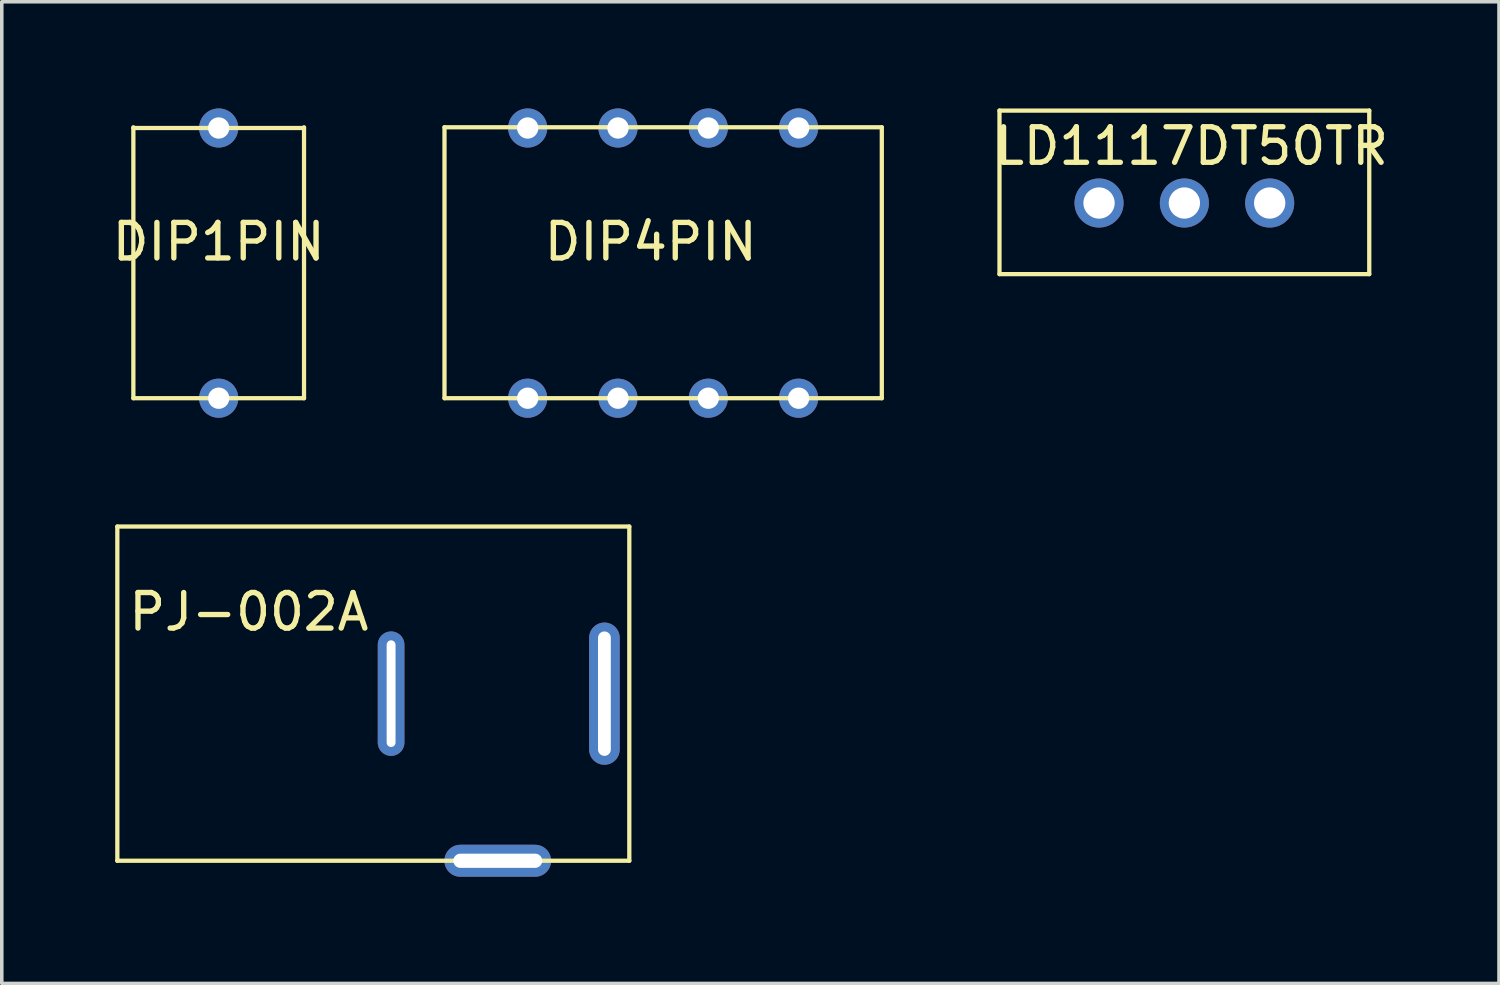
<source format=kicad_pcb>
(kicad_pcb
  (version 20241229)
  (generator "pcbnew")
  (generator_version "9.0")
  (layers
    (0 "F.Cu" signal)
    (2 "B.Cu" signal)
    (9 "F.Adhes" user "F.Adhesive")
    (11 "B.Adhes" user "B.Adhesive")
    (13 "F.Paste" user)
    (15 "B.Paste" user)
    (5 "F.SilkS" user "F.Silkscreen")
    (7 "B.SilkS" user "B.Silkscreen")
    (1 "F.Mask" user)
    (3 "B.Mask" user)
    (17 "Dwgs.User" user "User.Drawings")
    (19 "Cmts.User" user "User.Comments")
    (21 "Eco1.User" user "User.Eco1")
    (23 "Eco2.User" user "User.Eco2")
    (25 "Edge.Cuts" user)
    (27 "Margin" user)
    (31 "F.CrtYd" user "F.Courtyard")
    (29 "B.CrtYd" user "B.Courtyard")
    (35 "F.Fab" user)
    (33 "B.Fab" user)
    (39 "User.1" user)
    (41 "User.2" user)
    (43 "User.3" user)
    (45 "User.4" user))
  (footprint "LD1117DT50TR"
    (layer "F.Cu")
    (at 25.062 4.66)
    (property "Reference" "LD1117DT50TR" (at 5.4 -3.6 0) (layer "F.SilkS") (effects (font (size 1 1) (thickness 0.15))))
    (attr through_hole)
    (fp_line (start 0 -4.6) (end 0 0) (stroke (width 0.12) (type solid)) (layer "F.SilkS"))
    (fp_line (start 0 0) (end 10.4 0) (stroke (width 0.12) (type solid)) (layer "F.SilkS"))
    (fp_line (start 10.4 -4.6) (end 0 -4.6) (stroke (width 0.12) (type solid)) (layer "F.SilkS"))
    (fp_line (start 10.4 0) (end 10.4 -4.6) (stroke (width 0.12) (type solid)) (layer "F.SilkS"))
    (pad "1" thru_hole circle (at 2.8 -2) (size 1.38 1.38) (drill 0.88) (layers "*.Cu" "*.Mask"))
    (pad "2" thru_hole circle (at 5.2 -2) (size 1.38 1.38) (drill 0.88) (layers "*.Cu" "*.Mask"))
    (pad "3" thru_hole circle (at 7.6 -2) (size 1.38 1.38) (drill 0.88) (layers "*.Cu" "*.Mask")))
  (footprint "PJ-002A"
    (layer "F.Cu")
    (at 0.25 21.16)
    (property "Reference" "PJ-002A" (at 3.7 -7 0) (layer "F.SilkS") (effects (font (size 1 1) (thickness 0.15))))
    (attr through_hole)
    (fp_line (start 0 -9.4) (end 0 0) (stroke (width 0.12) (type solid)) (layer "F.SilkS"))
    (fp_line (start 0 -9.4) (end 14.4 -9.4) (stroke (width 0.12) (type solid)) (layer "F.SilkS"))
    (fp_line (start 0 0) (end 14.4 0) (stroke (width 0.12) (type solid)) (layer "F.SilkS"))
    (fp_line (start 14.4 -9.4) (end 14.4 0) (stroke (width 0.12) (type solid)) (layer "F.SilkS"))
    (pad "1" thru_hole oval (at 13.7 -4.7) (size 0.86 4) (drill oval 0.36 3.5) (layers "*.Cu" "*.Mask"))
    (pad "2" thru_hole oval (at 7.7 -4.7) (size 0.75 3.5) (drill oval 0.25 3) (layers "*.Cu" "*.Mask"))
    (pad "3" thru_hole oval (at 10.7 0 90) (size 0.9 3) (drill oval 0.4 2.5) (layers "*.Cu" "*.Mask")))
  (footprint "DIP1PIN"
    (layer "F.Cu")
    (at 0.701 8.15)
    (property "Reference" "DIP1PIN" (at 2.4 -4.4 0) (layer "F.SilkS") (effects (font (size 1 1) (thickness 0.15))))
    (attr through_hole)
    (fp_line (start 0 -7.6) (end 4.8 -7.6) (stroke (width 0.12) (type solid)) (layer "F.SilkS"))
    (fp_line (start 0 0) (end 0 -7.62) (stroke (width 0.12) (type solid)) (layer "F.SilkS"))
    (fp_line (start 0 0) (end 4.8 0) (stroke (width 0.12) (type solid)) (layer "F.SilkS"))
    (fp_line (start 4.8 0) (end 4.8 -7.62) (stroke (width 0.12) (type solid)) (layer "F.SilkS"))
    (pad "1" thru_hole circle (at 2.4 0) (size 1.1 1.1) (drill 0.6) (layers "*.Cu" "*.Mask"))
    (pad "2" thru_hole circle (at 2.4 -7.6) (size 1.1 1.1) (drill 0.6) (layers "*.Cu" "*.Mask")))
  (footprint "DIP4PIN"
    (layer "F.Cu")
    (at 9.452 8.15)
    (property "Reference" "DIP4PIN" (at 5.8 -4.4 0) (layer "F.SilkS") (effects (font (size 1 1) (thickness 0.15))))
    (attr through_hole)
    (fp_line (start 0 -7.62) (end 0 0) (stroke (width 0.12) (type solid)) (layer "F.SilkS"))
    (fp_line (start 0 0) (end 12.3 0) (stroke (width 0.12) (type solid)) (layer "F.SilkS"))
    (fp_line (start 12.3 -7.62) (end 0 -7.62) (stroke (width 0.12) (type solid)) (layer "F.SilkS"))
    (fp_line (start 12.3 0) (end 12.3 -7.62) (stroke (width 0.12) (type solid)) (layer "F.SilkS"))
    (pad "1" thru_hole circle (at 2.34 0) (size 1.1 1.1) (drill 0.6) (layers "*.Cu" "*.Mask"))
    (pad "2" thru_hole circle (at 4.88 0) (size 1.1 1.1) (drill 0.6) (layers "*.Cu" "*.Mask"))
    (pad "3" thru_hole circle (at 7.42 0) (size 1.1 1.1) (drill 0.6) (layers "*.Cu" "*.Mask"))
    (pad "4" thru_hole circle (at 9.96 0) (size 1.1 1.1) (drill 0.6) (layers "*.Cu" "*.Mask"))
    (pad "5" thru_hole circle (at 2.34 -7.6) (size 1.1 1.1) (drill 0.6) (layers "*.Cu" "*.Mask"))
    (pad "6" thru_hole circle (at 4.88 -7.6) (size 1.1 1.1) (drill 0.6) (layers "*.Cu" "*.Mask"))
    (pad "7" thru_hole circle (at 7.42 -7.6) (size 1.1 1.1) (drill 0.6) (layers "*.Cu" "*.Mask"))
    (pad "8" thru_hole circle (at 9.96 -7.6) (size 1.1 1.1) (drill 0.6) (layers "*.Cu" "*.Mask")))
  (gr_rect
    (start -3 -3)
    (end 39.111 24.61)
    (stroke (width 0.1) (type default))
    (fill no)
    (layer "Edge.Cuts")))
</source>
